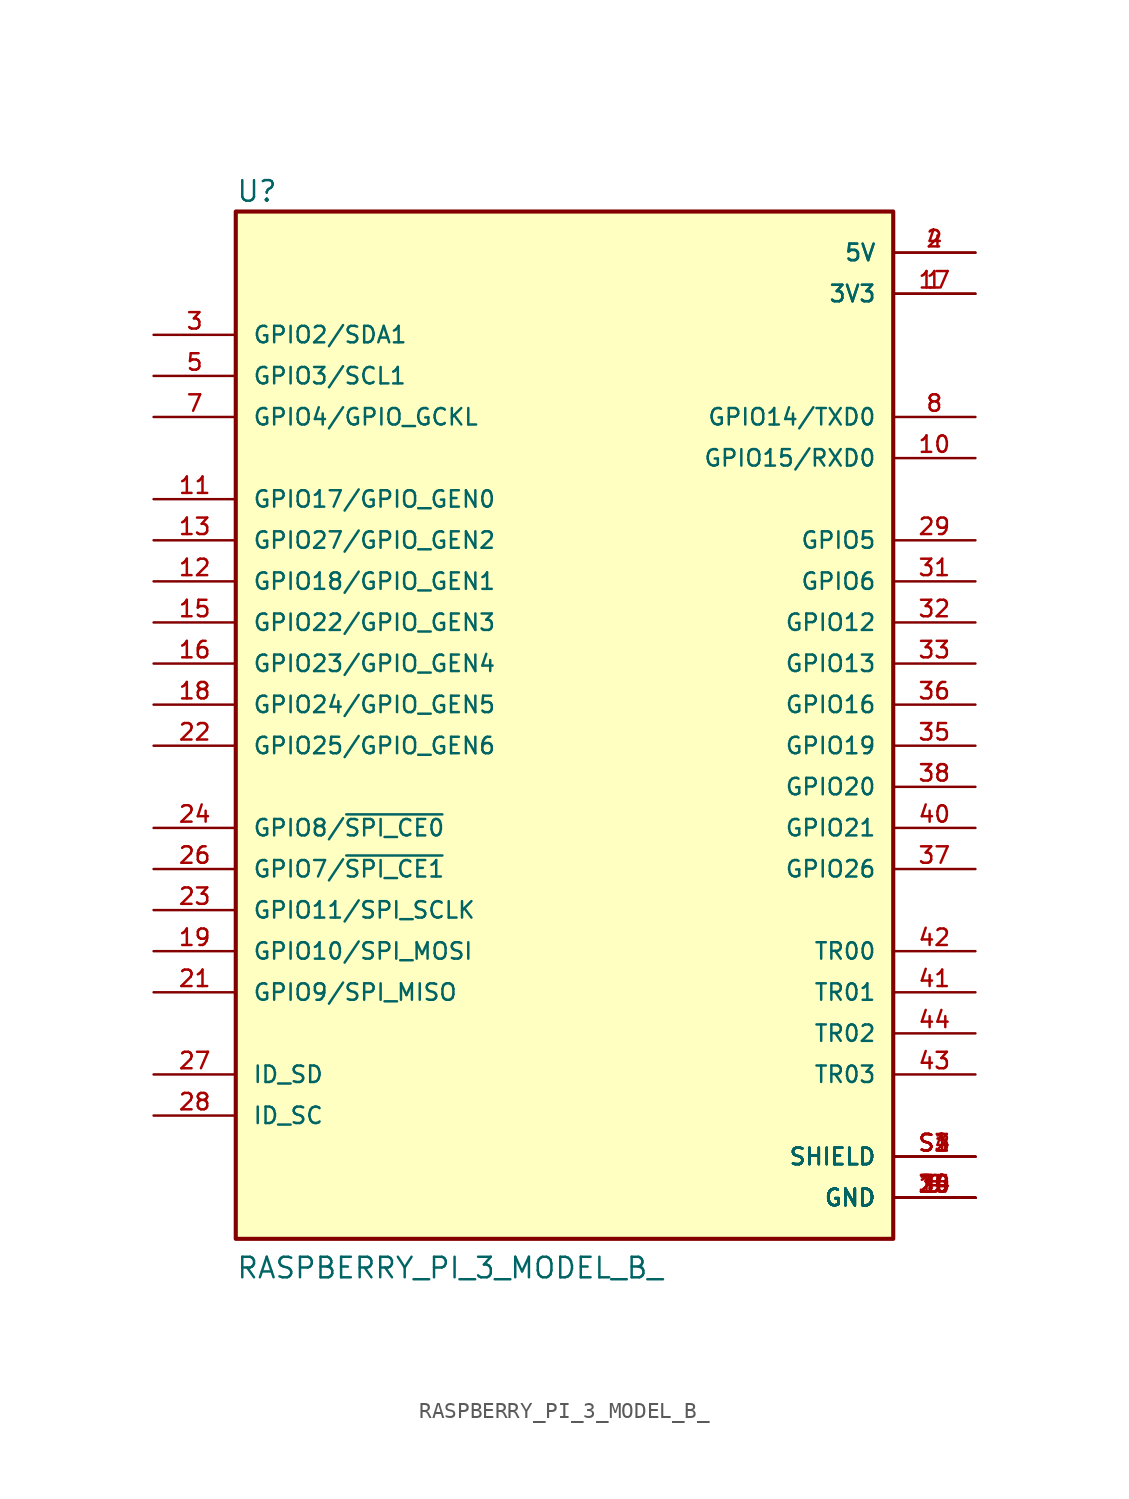
<source format=kicad_sym>
(kicad_symbol_lib
  (version 20220914)
  (generator kicad_symbol_editor)
  (symbol "RASPBERRY_PI_3_MODEL_B_"
    (pin_names
      (offset 1.016))
    (property "Reference" "U"
      (at -20.32 33.528 0)
      (effects (font (size 1.27 1.27)) (justify left bottom)))
    (property "Value" "RASPBERRY_PI_3_MODEL_B_"
      (at -20.32 -33.02 0)
      (effects (font (size 1.27 1.27)) (justify left bottom)))
    (symbol "RASPBERRY_PI_3_MODEL_B__0_0"
      (rectangle (start -20.32 -30.48) (end 20.32 33.02) (stroke (width 0.254) (type default)) (fill (type background)))
      (pin power_in line (at 25.4 27.94 180) (length 5.08) (name "3V3" (effects (font (size 1.016 1.016)))) (number "1" (effects (font (size 1.016 1.016)))))
      (pin bidirectional line (at 25.4 17.78 180) (length 5.08) (name "GPIO15/RXD0" (effects (font (size 1.016 1.016)))) (number "10" (effects (font (size 1.016 1.016)))))
      (pin bidirectional line (at -25.4 15.24 0) (length 5.08) (name "GPIO17/GPIO_GEN0" (effects (font (size 1.016 1.016)))) (number "11" (effects (font (size 1.016 1.016)))))
      (pin bidirectional line (at -25.4 10.16 0) (length 5.08) (name "GPIO18/GPIO_GEN1" (effects (font (size 1.016 1.016)))) (number "12" (effects (font (size 1.016 1.016)))))
      (pin bidirectional line (at -25.4 12.7 0) (length 5.08) (name "GPIO27/GPIO_GEN2" (effects (font (size 1.016 1.016)))) (number "13" (effects (font (size 1.016 1.016)))))
      (pin power_in line (at 25.4 -27.94 180) (length 5.08) (name "GND" (effects (font (size 1.016 1.016)))) (number "14" (effects (font (size 1.016 1.016)))))
      (pin bidirectional line (at -25.4 7.62 0) (length 5.08) (name "GPIO22/GPIO_GEN3" (effects (font (size 1.016 1.016)))) (number "15" (effects (font (size 1.016 1.016)))))
      (pin bidirectional line (at -25.4 5.08 0) (length 5.08) (name "GPIO23/GPIO_GEN4" (effects (font (size 1.016 1.016)))) (number "16" (effects (font (size 1.016 1.016)))))
      (pin power_in line (at 25.4 27.94 180) (length 5.08) (name "3V3" (effects (font (size 1.016 1.016)))) (number "17" (effects (font (size 1.016 1.016)))))
      (pin bidirectional line (at -25.4 2.54 0) (length 5.08) (name "GPIO24/GPIO_GEN5" (effects (font (size 1.016 1.016)))) (number "18" (effects (font (size 1.016 1.016)))))
      (pin bidirectional line (at -25.4 -12.7 0) (length 5.08) (name "GPIO10/SPI_MOSI" (effects (font (size 1.016 1.016)))) (number "19" (effects (font (size 1.016 1.016)))))
      (pin power_in line (at 25.4 30.48 180) (length 5.08) (name "5V" (effects (font (size 1.016 1.016)))) (number "2" (effects (font (size 1.016 1.016)))))
      (pin power_in line (at 25.4 -27.94 180) (length 5.08) (name "GND" (effects (font (size 1.016 1.016)))) (number "20" (effects (font (size 1.016 1.016)))))
      (pin bidirectional line (at -25.4 -15.24 0) (length 5.08) (name "GPIO9/SPI_MISO" (effects (font (size 1.016 1.016)))) (number "21" (effects (font (size 1.016 1.016)))))
      (pin bidirectional line (at -25.4 0 0) (length 5.08) (name "GPIO25/GPIO_GEN6" (effects (font (size 1.016 1.016)))) (number "22" (effects (font (size 1.016 1.016)))))
      (pin bidirectional line (at -25.4 -10.16 0) (length 5.08) (name "GPIO11/SPI_SCLK" (effects (font (size 1.016 1.016)))) (number "23" (effects (font (size 1.016 1.016)))))
      (pin bidirectional line (at -25.4 -5.08 0) (length 5.08) (name "GPIO8/~{SPI_CE0}" (effects (font (size 1.016 1.016)))) (number "24" (effects (font (size 1.016 1.016)))))
      (pin power_in line (at 25.4 -27.94 180) (length 5.08) (name "GND" (effects (font (size 1.016 1.016)))) (number "25" (effects (font (size 1.016 1.016)))))
      (pin bidirectional line (at -25.4 -7.62 0) (length 5.08) (name "GPIO7/~{SPI_CE1}" (effects (font (size 1.016 1.016)))) (number "26" (effects (font (size 1.016 1.016)))))
      (pin bidirectional line (at -25.4 -20.32 0) (length 5.08) (name "ID_SD" (effects (font (size 1.016 1.016)))) (number "27" (effects (font (size 1.016 1.016)))))
      (pin bidirectional line (at -25.4 -22.86 0) (length 5.08) (name "ID_SC" (effects (font (size 1.016 1.016)))) (number "28" (effects (font (size 1.016 1.016)))))
      (pin bidirectional line (at 25.4 12.7 180) (length 5.08) (name "GPIO5" (effects (font (size 1.016 1.016)))) (number "29" (effects (font (size 1.016 1.016)))))
      (pin bidirectional line (at -25.4 25.4 0) (length 5.08) (name "GPIO2/SDA1" (effects (font (size 1.016 1.016)))) (number "3" (effects (font (size 1.016 1.016)))))
      (pin power_in line (at 25.4 -27.94 180) (length 5.08) (name "GND" (effects (font (size 1.016 1.016)))) (number "30" (effects (font (size 1.016 1.016)))))
      (pin bidirectional line (at 25.4 10.16 180) (length 5.08) (name "GPIO6" (effects (font (size 1.016 1.016)))) (number "31" (effects (font (size 1.016 1.016)))))
      (pin bidirectional line (at 25.4 7.62 180) (length 5.08) (name "GPIO12" (effects (font (size 1.016 1.016)))) (number "32" (effects (font (size 1.016 1.016)))))
      (pin bidirectional line (at 25.4 5.08 180) (length 5.08) (name "GPIO13" (effects (font (size 1.016 1.016)))) (number "33" (effects (font (size 1.016 1.016)))))
      (pin power_in line (at 25.4 -27.94 180) (length 5.08) (name "GND" (effects (font (size 1.016 1.016)))) (number "34" (effects (font (size 1.016 1.016)))))
      (pin bidirectional line (at 25.4 0 180) (length 5.08) (name "GPIO19" (effects (font (size 1.016 1.016)))) (number "35" (effects (font (size 1.016 1.016)))))
      (pin bidirectional line (at 25.4 2.54 180) (length 5.08) (name "GPIO16" (effects (font (size 1.016 1.016)))) (number "36" (effects (font (size 1.016 1.016)))))
      (pin bidirectional line (at 25.4 -7.62 180) (length 5.08) (name "GPIO26" (effects (font (size 1.016 1.016)))) (number "37" (effects (font (size 1.016 1.016)))))
      (pin bidirectional line (at 25.4 -2.54 180) (length 5.08) (name "GPIO20" (effects (font (size 1.016 1.016)))) (number "38" (effects (font (size 1.016 1.016)))))
      (pin power_in line (at 25.4 -27.94 180) (length 5.08) (name "GND" (effects (font (size 1.016 1.016)))) (number "39" (effects (font (size 1.016 1.016)))))
      (pin power_in line (at 25.4 30.48 180) (length 5.08) (name "5V" (effects (font (size 1.016 1.016)))) (number "4" (effects (font (size 1.016 1.016)))))
      (pin bidirectional line (at 25.4 -5.08 180) (length 5.08) (name "GPIO21" (effects (font (size 1.016 1.016)))) (number "40" (effects (font (size 1.016 1.016)))))
      (pin bidirectional line (at 25.4 -15.24 180) (length 5.08) (name "TR01" (effects (font (size 1.016 1.016)))) (number "41" (effects (font (size 1.016 1.016)))))
      (pin bidirectional line (at 25.4 -12.7 180) (length 5.08) (name "TR00" (effects (font (size 1.016 1.016)))) (number "42" (effects (font (size 1.016 1.016)))))
      (pin bidirectional line (at 25.4 -20.32 180) (length 5.08) (name "TR03" (effects (font (size 1.016 1.016)))) (number "43" (effects (font (size 1.016 1.016)))))
      (pin bidirectional line (at 25.4 -17.78 180) (length 5.08) (name "TR02" (effects (font (size 1.016 1.016)))) (number "44" (effects (font (size 1.016 1.016)))))
      (pin bidirectional line (at -25.4 22.86 0) (length 5.08) (name "GPIO3/SCL1" (effects (font (size 1.016 1.016)))) (number "5" (effects (font (size 1.016 1.016)))))
      (pin power_in line (at 25.4 -27.94 180) (length 5.08) (name "GND" (effects (font (size 1.016 1.016)))) (number "6" (effects (font (size 1.016 1.016)))))
      (pin bidirectional line (at -25.4 20.32 0) (length 5.08) (name "GPIO4/GPIO_GCKL" (effects (font (size 1.016 1.016)))) (number "7" (effects (font (size 1.016 1.016)))))
      (pin bidirectional line (at 25.4 20.32 180) (length 5.08) (name "GPIO14/TXD0" (effects (font (size 1.016 1.016)))) (number "8" (effects (font (size 1.016 1.016)))))
      (pin power_in line (at 25.4 -27.94 180) (length 5.08) (name "GND" (effects (font (size 1.016 1.016)))) (number "9" (effects (font (size 1.016 1.016)))))
      (pin power_in line (at 25.4 -25.4 180) (length 5.08) (name "SHIELD" (effects (font (size 1.016 1.016)))) (number "S1" (effects (font (size 1.016 1.016)))))
      (pin power_in line (at 25.4 -25.4 180) (length 5.08) (name "SHIELD" (effects (font (size 1.016 1.016)))) (number "S2" (effects (font (size 1.016 1.016)))))
      (pin power_in line (at 25.4 -25.4 180) (length 5.08) (name "SHIELD" (effects (font (size 1.016 1.016)))) (number "S3" (effects (font (size 1.016 1.016)))))
      (pin power_in line (at 25.4 -25.4 180) (length 5.08) (name "SHIELD" (effects (font (size 1.016 1.016)))) (number "S4" (effects (font (size 1.016 1.016))))))))
</source>
